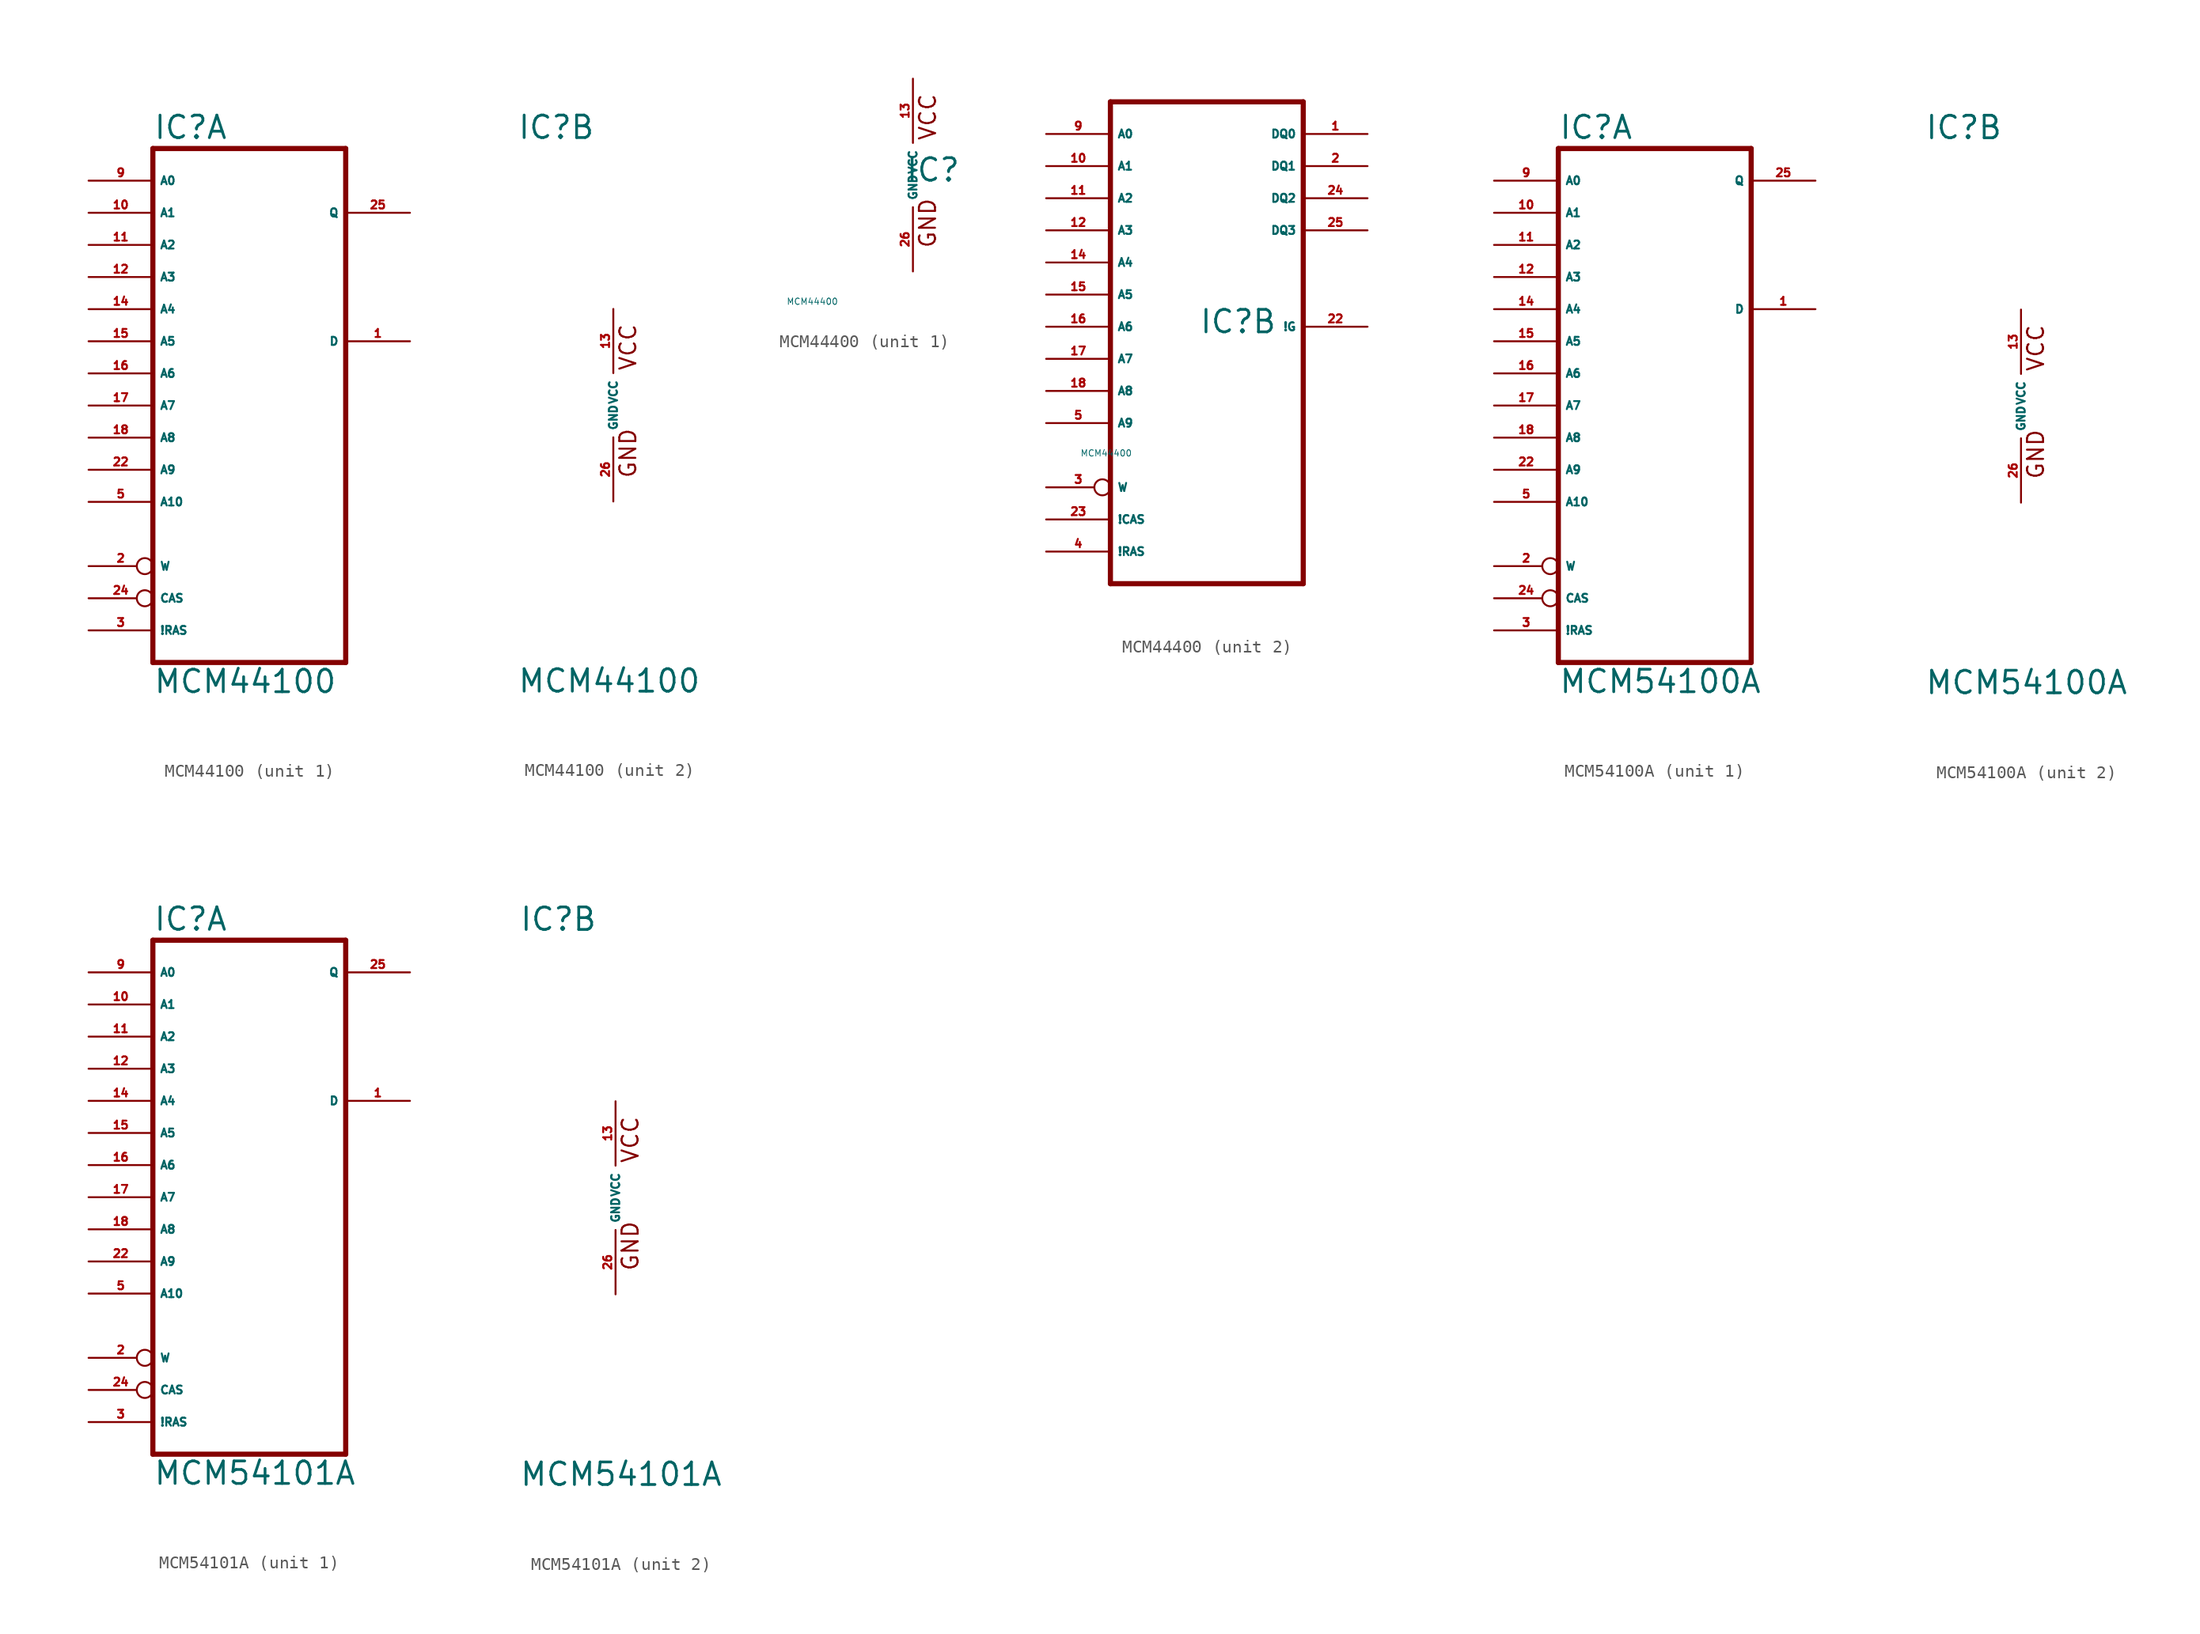
<source format=kicad_sym>
(kicad_symbol_lib
  (version 20220914)
  (generator Eagle2Kicad)
  (symbol "MCM44100"
    (property "Reference" "IC"
      (at -7.62 20.955 0)
      (effects (font (size 1.778 1.778) (thickness 0.22)) (justify left bottom)))
    (property "Value" "MCM44100"
      (at -7.62 -22.86 0)
      (effects (font (size 1.778 1.778) (thickness 0.22)) (justify left bottom)))
    (symbol "MCM44100_1_0"
      (polyline (pts (xy -7.62 20.32) (xy -7.62 -20.32)) (stroke (width 0.406) (type default)) (fill (type none)))
      (polyline (pts (xy 7.62 -20.32) (xy -7.62 -20.32)) (stroke (width 0.406) (type default)) (fill (type none)))
      (polyline (pts (xy 7.62 -20.32) (xy 7.62 20.32)) (stroke (width 0.406) (type default)) (fill (type none)))
      (polyline (pts (xy -7.62 20.32) (xy 7.62 20.32)) (stroke (width 0.406) (type default)) (fill (type none)))
      (pin input line (at -12.7 17.78 0) (length 5.08) (name "A0" (effects (font (size 0.635 0.635) (thickness 0.08)) (justify left bottom))) (number "9" (effects (font (size 0.635 0.635) (thickness 0.08)) (justify left bottom))))
      (pin input line (at -12.7 15.24 0) (length 5.08) (name "A1" (effects (font (size 0.635 0.635) (thickness 0.08)) (justify left bottom))) (number "10" (effects (font (size 0.635 0.635) (thickness 0.08)) (justify left bottom))))
      (pin input line (at -12.7 12.7 0) (length 5.08) (name "A2" (effects (font (size 0.635 0.635) (thickness 0.08)) (justify left bottom))) (number "11" (effects (font (size 0.635 0.635) (thickness 0.08)) (justify left bottom))))
      (pin input line (at -12.7 10.16 0) (length 5.08) (name "A3" (effects (font (size 0.635 0.635) (thickness 0.08)) (justify left bottom))) (number "12" (effects (font (size 0.635 0.635) (thickness 0.08)) (justify left bottom))))
      (pin input line (at -12.7 7.62 0) (length 5.08) (name "A4" (effects (font (size 0.635 0.635) (thickness 0.08)) (justify left bottom))) (number "14" (effects (font (size 0.635 0.635) (thickness 0.08)) (justify left bottom))))
      (pin input line (at -12.7 5.08 0) (length 5.08) (name "A5" (effects (font (size 0.635 0.635) (thickness 0.08)) (justify left bottom))) (number "15" (effects (font (size 0.635 0.635) (thickness 0.08)) (justify left bottom))))
      (pin input line (at -12.7 2.54 0) (length 5.08) (name "A6" (effects (font (size 0.635 0.635) (thickness 0.08)) (justify left bottom))) (number "16" (effects (font (size 0.635 0.635) (thickness 0.08)) (justify left bottom))))
      (pin input line (at -12.7 0 0) (length 5.08) (name "A7" (effects (font (size 0.635 0.635) (thickness 0.08)) (justify left bottom))) (number "17" (effects (font (size 0.635 0.635) (thickness 0.08)) (justify left bottom))))
      (pin input line (at -12.7 -2.54 0) (length 5.08) (name "A8" (effects (font (size 0.635 0.635) (thickness 0.08)) (justify left bottom))) (number "18" (effects (font (size 0.635 0.635) (thickness 0.08)) (justify left bottom))))
      (pin input inverted (at -12.7 -12.7 0) (length 5.08) (name "W" (effects (font (size 0.635 0.635) (thickness 0.08)) (justify left bottom))) (number "2" (effects (font (size 0.635 0.635) (thickness 0.08)) (justify left bottom))))
      (pin input inverted (at -12.7 -15.24 0) (length 5.08) (name "CAS" (effects (font (size 0.635 0.635) (thickness 0.08)) (justify left bottom))) (number "24" (effects (font (size 0.635 0.635) (thickness 0.08)) (justify left bottom))))
      (pin input line (at -12.7 -17.78 0) (length 5.08) (name "!RAS" (effects (font (size 0.635 0.635) (thickness 0.08)) (justify left bottom))) (number "3" (effects (font (size 0.635 0.635) (thickness 0.08)) (justify left bottom))))
      (pin input line (at 12.7 5.08 180) (length 5.08) (name "D" (effects (font (size 0.635 0.635) (thickness 0.08)) (justify left bottom))) (number "1" (effects (font (size 0.635 0.635) (thickness 0.08)) (justify left bottom))))
      (pin tri_state line (at 12.7 15.24 180) (length 5.08) (name "Q" (effects (font (size 0.635 0.635) (thickness 0.08)) (justify left bottom))) (number "25" (effects (font (size 0.635 0.635) (thickness 0.08)) (justify left bottom))))
      (pin input line (at -12.7 -5.08 0) (length 5.08) (name "A9" (effects (font (size 0.635 0.635) (thickness 0.08)) (justify left bottom))) (number "22" (effects (font (size 0.635 0.635) (thickness 0.08)) (justify left bottom))))
      (pin input line (at -12.7 -7.62 0) (length 5.08) (name "A10" (effects (font (size 0.635 0.635) (thickness 0.08)) (justify left bottom))) (number "5" (effects (font (size 0.635 0.635) (thickness 0.08)) (justify left bottom)))))
    (symbol "MCM44100_2_0"
      (text "VCC" (at 1.905 2.667 900) (effects (font (size 1.27 1.27) (thickness 0.16)) (justify left bottom)))
      (text "GND" (at 1.905 -5.842 900) (effects (font (size 1.27 1.27) (thickness 0.16)) (justify left bottom)))
      (pin unspecified line (at 0 -7.62 90) (length 5.08) (name "GND" (effects (font (size 0.635 0.635) (thickness 0.08)) (justify left bottom))) (number "26" (effects (font (size 0.635 0.635) (thickness 0.08)) (justify left bottom))))
      (pin unspecified line (at 0 7.62 270) (length 5.08) (name "VCC" (effects (font (size 0.635 0.635) (thickness 0.08)) (justify left bottom))) (number "13" (effects (font (size 0.635 0.635) (thickness 0.08)) (justify left bottom))))))
  (symbol "MCM44400"
    (property "Reference" "IC"
      (at -0.635 -0.635 0)
      (effects (font (size 1.778 1.778) (thickness 0.22)) (justify left bottom)))
    (property "Value" "MCM44400"
      (at -10 -10 0)
      (effects (font (size 0.5 0.5) (thickness 0.06)) (justify left)))
    (symbol "MCM44400_1_0"
      (text "VCC" (at 1.905 2.667 900) (effects (font (size 1.27 1.27) (thickness 0.16)) (justify left bottom)))
      (text "GND" (at 1.905 -5.842 900) (effects (font (size 1.27 1.27) (thickness 0.16)) (justify left bottom)))
      (pin unspecified line (at 0 -7.62 90) (length 5.08) (name "GND" (effects (font (size 0.635 0.635) (thickness 0.08)) (justify left bottom))) (number "26" (effects (font (size 0.635 0.635) (thickness 0.08)) (justify left bottom))))
      (pin unspecified line (at 0 7.62 270) (length 5.08) (name "VCC" (effects (font (size 0.635 0.635) (thickness 0.08)) (justify left bottom))) (number "13" (effects (font (size 0.635 0.635) (thickness 0.08)) (justify left bottom)))))
    (symbol "MCM44400_2_0"
      (polyline (pts (xy -7.62 17.78) (xy -7.62 -20.32)) (stroke (width 0.406) (type default)) (fill (type none)))
      (polyline (pts (xy 7.62 -20.32) (xy -7.62 -20.32)) (stroke (width 0.406) (type default)) (fill (type none)))
      (polyline (pts (xy 7.62 -20.32) (xy 7.62 17.78)) (stroke (width 0.406) (type default)) (fill (type none)))
      (polyline (pts (xy -7.62 17.78) (xy 7.62 17.78)) (stroke (width 0.406) (type default)) (fill (type none)))
      (pin input line (at -12.7 15.24 0) (length 5.08) (name "A0" (effects (font (size 0.635 0.635) (thickness 0.08)) (justify left bottom))) (number "9" (effects (font (size 0.635 0.635) (thickness 0.08)) (justify left bottom))))
      (pin input line (at -12.7 12.7 0) (length 5.08) (name "A1" (effects (font (size 0.635 0.635) (thickness 0.08)) (justify left bottom))) (number "10" (effects (font (size 0.635 0.635) (thickness 0.08)) (justify left bottom))))
      (pin input line (at -12.7 10.16 0) (length 5.08) (name "A2" (effects (font (size 0.635 0.635) (thickness 0.08)) (justify left bottom))) (number "11" (effects (font (size 0.635 0.635) (thickness 0.08)) (justify left bottom))))
      (pin input line (at -12.7 7.62 0) (length 5.08) (name "A3" (effects (font (size 0.635 0.635) (thickness 0.08)) (justify left bottom))) (number "12" (effects (font (size 0.635 0.635) (thickness 0.08)) (justify left bottom))))
      (pin input line (at -12.7 5.08 0) (length 5.08) (name "A4" (effects (font (size 0.635 0.635) (thickness 0.08)) (justify left bottom))) (number "14" (effects (font (size 0.635 0.635) (thickness 0.08)) (justify left bottom))))
      (pin input line (at -12.7 2.54 0) (length 5.08) (name "A5" (effects (font (size 0.635 0.635) (thickness 0.08)) (justify left bottom))) (number "15" (effects (font (size 0.635 0.635) (thickness 0.08)) (justify left bottom))))
      (pin input line (at -12.7 0 0) (length 5.08) (name "A6" (effects (font (size 0.635 0.635) (thickness 0.08)) (justify left bottom))) (number "16" (effects (font (size 0.635 0.635) (thickness 0.08)) (justify left bottom))))
      (pin input line (at -12.7 -2.54 0) (length 5.08) (name "A7" (effects (font (size 0.635 0.635) (thickness 0.08)) (justify left bottom))) (number "17" (effects (font (size 0.635 0.635) (thickness 0.08)) (justify left bottom))))
      (pin input line (at -12.7 -5.08 0) (length 5.08) (name "A8" (effects (font (size 0.635 0.635) (thickness 0.08)) (justify left bottom))) (number "18" (effects (font (size 0.635 0.635) (thickness 0.08)) (justify left bottom))))
      (pin input line (at -12.7 -7.62 0) (length 5.08) (name "A9" (effects (font (size 0.635 0.635) (thickness 0.08)) (justify left bottom))) (number "5" (effects (font (size 0.635 0.635) (thickness 0.08)) (justify left bottom))))
      (pin bidirectional line (at 12.7 12.7 180) (length 5.08) (name "DQ1" (effects (font (size 0.635 0.635) (thickness 0.08)) (justify left bottom))) (number "2" (effects (font (size 0.635 0.635) (thickness 0.08)) (justify left bottom))))
      (pin input inverted (at -12.7 -12.7 0) (length 5.08) (name "W" (effects (font (size 0.635 0.635) (thickness 0.08)) (justify left bottom))) (number "3" (effects (font (size 0.635 0.635) (thickness 0.08)) (justify left bottom))))
      (pin input line (at -12.7 -15.24 0) (length 5.08) (name "!CAS" (effects (font (size 0.635 0.635) (thickness 0.08)) (justify left bottom))) (number "23" (effects (font (size 0.635 0.635) (thickness 0.08)) (justify left bottom))))
      (pin input line (at -12.7 -17.78 0) (length 5.08) (name "!RAS" (effects (font (size 0.635 0.635) (thickness 0.08)) (justify left bottom))) (number "4" (effects (font (size 0.635 0.635) (thickness 0.08)) (justify left bottom))))
      (pin bidirectional line (at 12.7 15.24 180) (length 5.08) (name "DQ0" (effects (font (size 0.635 0.635) (thickness 0.08)) (justify left bottom))) (number "1" (effects (font (size 0.635 0.635) (thickness 0.08)) (justify left bottom))))
      (pin input line (at 12.7 0 180) (length 5.08) (name "!G" (effects (font (size 0.635 0.635) (thickness 0.08)) (justify left bottom))) (number "22" (effects (font (size 0.635 0.635) (thickness 0.08)) (justify left bottom))))
      (pin bidirectional line (at 12.7 10.16 180) (length 5.08) (name "DQ2" (effects (font (size 0.635 0.635) (thickness 0.08)) (justify left bottom))) (number "24" (effects (font (size 0.635 0.635) (thickness 0.08)) (justify left bottom))))
      (pin bidirectional line (at 12.7 7.62 180) (length 5.08) (name "DQ3" (effects (font (size 0.635 0.635) (thickness 0.08)) (justify left bottom))) (number "25" (effects (font (size 0.635 0.635) (thickness 0.08)) (justify left bottom))))))
  (symbol "MCM54100A"
    (property "Reference" "IC"
      (at -7.62 20.955 0)
      (effects (font (size 1.778 1.778) (thickness 0.22)) (justify left bottom)))
    (property "Value" "MCM54100A"
      (at -7.62 -22.86 0)
      (effects (font (size 1.778 1.778) (thickness 0.22)) (justify left bottom)))
    (symbol "MCM54100A_1_0"
      (polyline (pts (xy -7.62 20.32) (xy -7.62 -20.32)) (stroke (width 0.406) (type default)) (fill (type none)))
      (polyline (pts (xy 7.62 -20.32) (xy -7.62 -20.32)) (stroke (width 0.406) (type default)) (fill (type none)))
      (polyline (pts (xy 7.62 -20.32) (xy 7.62 20.32)) (stroke (width 0.406) (type default)) (fill (type none)))
      (polyline (pts (xy -7.62 20.32) (xy 7.62 20.32)) (stroke (width 0.406) (type default)) (fill (type none)))
      (pin input line (at -12.7 17.78 0) (length 5.08) (name "A0" (effects (font (size 0.635 0.635) (thickness 0.08)) (justify left bottom))) (number "9" (effects (font (size 0.635 0.635) (thickness 0.08)) (justify left bottom))))
      (pin input line (at -12.7 15.24 0) (length 5.08) (name "A1" (effects (font (size 0.635 0.635) (thickness 0.08)) (justify left bottom))) (number "10" (effects (font (size 0.635 0.635) (thickness 0.08)) (justify left bottom))))
      (pin input line (at -12.7 12.7 0) (length 5.08) (name "A2" (effects (font (size 0.635 0.635) (thickness 0.08)) (justify left bottom))) (number "11" (effects (font (size 0.635 0.635) (thickness 0.08)) (justify left bottom))))
      (pin input line (at -12.7 10.16 0) (length 5.08) (name "A3" (effects (font (size 0.635 0.635) (thickness 0.08)) (justify left bottom))) (number "12" (effects (font (size 0.635 0.635) (thickness 0.08)) (justify left bottom))))
      (pin input line (at -12.7 7.62 0) (length 5.08) (name "A4" (effects (font (size 0.635 0.635) (thickness 0.08)) (justify left bottom))) (number "14" (effects (font (size 0.635 0.635) (thickness 0.08)) (justify left bottom))))
      (pin input line (at -12.7 5.08 0) (length 5.08) (name "A5" (effects (font (size 0.635 0.635) (thickness 0.08)) (justify left bottom))) (number "15" (effects (font (size 0.635 0.635) (thickness 0.08)) (justify left bottom))))
      (pin input line (at -12.7 2.54 0) (length 5.08) (name "A6" (effects (font (size 0.635 0.635) (thickness 0.08)) (justify left bottom))) (number "16" (effects (font (size 0.635 0.635) (thickness 0.08)) (justify left bottom))))
      (pin input line (at -12.7 0 0) (length 5.08) (name "A7" (effects (font (size 0.635 0.635) (thickness 0.08)) (justify left bottom))) (number "17" (effects (font (size 0.635 0.635) (thickness 0.08)) (justify left bottom))))
      (pin input line (at -12.7 -2.54 0) (length 5.08) (name "A8" (effects (font (size 0.635 0.635) (thickness 0.08)) (justify left bottom))) (number "18" (effects (font (size 0.635 0.635) (thickness 0.08)) (justify left bottom))))
      (pin input line (at -12.7 -5.08 0) (length 5.08) (name "A9" (effects (font (size 0.635 0.635) (thickness 0.08)) (justify left bottom))) (number "22" (effects (font (size 0.635 0.635) (thickness 0.08)) (justify left bottom))))
      (pin input line (at -12.7 -7.62 0) (length 5.08) (name "A10" (effects (font (size 0.635 0.635) (thickness 0.08)) (justify left bottom))) (number "5" (effects (font (size 0.635 0.635) (thickness 0.08)) (justify left bottom))))
      (pin input inverted (at -12.7 -12.7 0) (length 5.08) (name "W" (effects (font (size 0.635 0.635) (thickness 0.08)) (justify left bottom))) (number "2" (effects (font (size 0.635 0.635) (thickness 0.08)) (justify left bottom))))
      (pin input inverted (at -12.7 -15.24 0) (length 5.08) (name "CAS" (effects (font (size 0.635 0.635) (thickness 0.08)) (justify left bottom))) (number "24" (effects (font (size 0.635 0.635) (thickness 0.08)) (justify left bottom))))
      (pin input line (at -12.7 -17.78 0) (length 5.08) (name "!RAS" (effects (font (size 0.635 0.635) (thickness 0.08)) (justify left bottom))) (number "3" (effects (font (size 0.635 0.635) (thickness 0.08)) (justify left bottom))))
      (pin input line (at 12.7 7.62 180) (length 5.08) (name "D" (effects (font (size 0.635 0.635) (thickness 0.08)) (justify left bottom))) (number "1" (effects (font (size 0.635 0.635) (thickness 0.08)) (justify left bottom))))
      (pin tri_state line (at 12.7 17.78 180) (length 5.08) (name "Q" (effects (font (size 0.635 0.635) (thickness 0.08)) (justify left bottom))) (number "25" (effects (font (size 0.635 0.635) (thickness 0.08)) (justify left bottom)))))
    (symbol "MCM54100A_2_0"
      (text "VCC" (at 1.905 2.667 900) (effects (font (size 1.27 1.27) (thickness 0.16)) (justify left bottom)))
      (text "GND" (at 1.905 -5.842 900) (effects (font (size 1.27 1.27) (thickness 0.16)) (justify left bottom)))
      (pin unspecified line (at 0 -7.62 90) (length 5.08) (name "GND" (effects (font (size 0.635 0.635) (thickness 0.08)) (justify left bottom))) (number "26" (effects (font (size 0.635 0.635) (thickness 0.08)) (justify left bottom))))
      (pin unspecified line (at 0 7.62 270) (length 5.08) (name "VCC" (effects (font (size 0.635 0.635) (thickness 0.08)) (justify left bottom))) (number "13" (effects (font (size 0.635 0.635) (thickness 0.08)) (justify left bottom))))))
  (symbol "MCM54101A"
    (property "Reference" "IC"
      (at -7.62 20.955 0)
      (effects (font (size 1.778 1.778) (thickness 0.22)) (justify left bottom)))
    (property "Value" "MCM54101A"
      (at -7.62 -22.86 0)
      (effects (font (size 1.778 1.778) (thickness 0.22)) (justify left bottom)))
    (symbol "MCM54101A_1_0"
      (polyline (pts (xy -7.62 20.32) (xy -7.62 -20.32)) (stroke (width 0.406) (type default)) (fill (type none)))
      (polyline (pts (xy 7.62 -20.32) (xy -7.62 -20.32)) (stroke (width 0.406) (type default)) (fill (type none)))
      (polyline (pts (xy 7.62 -20.32) (xy 7.62 20.32)) (stroke (width 0.406) (type default)) (fill (type none)))
      (polyline (pts (xy -7.62 20.32) (xy 7.62 20.32)) (stroke (width 0.406) (type default)) (fill (type none)))
      (pin input line (at -12.7 17.78 0) (length 5.08) (name "A0" (effects (font (size 0.635 0.635) (thickness 0.08)) (justify left bottom))) (number "9" (effects (font (size 0.635 0.635) (thickness 0.08)) (justify left bottom))))
      (pin input line (at -12.7 15.24 0) (length 5.08) (name "A1" (effects (font (size 0.635 0.635) (thickness 0.08)) (justify left bottom))) (number "10" (effects (font (size 0.635 0.635) (thickness 0.08)) (justify left bottom))))
      (pin input line (at -12.7 12.7 0) (length 5.08) (name "A2" (effects (font (size 0.635 0.635) (thickness 0.08)) (justify left bottom))) (number "11" (effects (font (size 0.635 0.635) (thickness 0.08)) (justify left bottom))))
      (pin input line (at -12.7 10.16 0) (length 5.08) (name "A3" (effects (font (size 0.635 0.635) (thickness 0.08)) (justify left bottom))) (number "12" (effects (font (size 0.635 0.635) (thickness 0.08)) (justify left bottom))))
      (pin input line (at -12.7 7.62 0) (length 5.08) (name "A4" (effects (font (size 0.635 0.635) (thickness 0.08)) (justify left bottom))) (number "14" (effects (font (size 0.635 0.635) (thickness 0.08)) (justify left bottom))))
      (pin input line (at -12.7 5.08 0) (length 5.08) (name "A5" (effects (font (size 0.635 0.635) (thickness 0.08)) (justify left bottom))) (number "15" (effects (font (size 0.635 0.635) (thickness 0.08)) (justify left bottom))))
      (pin input line (at -12.7 2.54 0) (length 5.08) (name "A6" (effects (font (size 0.635 0.635) (thickness 0.08)) (justify left bottom))) (number "16" (effects (font (size 0.635 0.635) (thickness 0.08)) (justify left bottom))))
      (pin input line (at -12.7 0 0) (length 5.08) (name "A7" (effects (font (size 0.635 0.635) (thickness 0.08)) (justify left bottom))) (number "17" (effects (font (size 0.635 0.635) (thickness 0.08)) (justify left bottom))))
      (pin input line (at -12.7 -2.54 0) (length 5.08) (name "A8" (effects (font (size 0.635 0.635) (thickness 0.08)) (justify left bottom))) (number "18" (effects (font (size 0.635 0.635) (thickness 0.08)) (justify left bottom))))
      (pin input line (at -12.7 -5.08 0) (length 5.08) (name "A9" (effects (font (size 0.635 0.635) (thickness 0.08)) (justify left bottom))) (number "22" (effects (font (size 0.635 0.635) (thickness 0.08)) (justify left bottom))))
      (pin input line (at -12.7 -7.62 0) (length 5.08) (name "A10" (effects (font (size 0.635 0.635) (thickness 0.08)) (justify left bottom))) (number "5" (effects (font (size 0.635 0.635) (thickness 0.08)) (justify left bottom))))
      (pin input inverted (at -12.7 -12.7 0) (length 5.08) (name "W" (effects (font (size 0.635 0.635) (thickness 0.08)) (justify left bottom))) (number "2" (effects (font (size 0.635 0.635) (thickness 0.08)) (justify left bottom))))
      (pin input inverted (at -12.7 -15.24 0) (length 5.08) (name "CAS" (effects (font (size 0.635 0.635) (thickness 0.08)) (justify left bottom))) (number "24" (effects (font (size 0.635 0.635) (thickness 0.08)) (justify left bottom))))
      (pin input line (at -12.7 -17.78 0) (length 5.08) (name "!RAS" (effects (font (size 0.635 0.635) (thickness 0.08)) (justify left bottom))) (number "3" (effects (font (size 0.635 0.635) (thickness 0.08)) (justify left bottom))))
      (pin input line (at 12.7 7.62 180) (length 5.08) (name "D" (effects (font (size 0.635 0.635) (thickness 0.08)) (justify left bottom))) (number "1" (effects (font (size 0.635 0.635) (thickness 0.08)) (justify left bottom))))
      (pin tri_state line (at 12.7 17.78 180) (length 5.08) (name "Q" (effects (font (size 0.635 0.635) (thickness 0.08)) (justify left bottom))) (number "25" (effects (font (size 0.635 0.635) (thickness 0.08)) (justify left bottom)))))
    (symbol "MCM54101A_2_0"
      (text "VCC" (at 1.905 2.667 900) (effects (font (size 1.27 1.27) (thickness 0.16)) (justify left bottom)))
      (text "GND" (at 1.905 -5.842 900) (effects (font (size 1.27 1.27) (thickness 0.16)) (justify left bottom)))
      (pin unspecified line (at 0 -7.62 90) (length 5.08) (name "GND" (effects (font (size 0.635 0.635) (thickness 0.08)) (justify left bottom))) (number "26" (effects (font (size 0.635 0.635) (thickness 0.08)) (justify left bottom))))
      (pin unspecified line (at 0 7.62 270) (length 5.08) (name "VCC" (effects (font (size 0.635 0.635) (thickness 0.08)) (justify left bottom))) (number "13" (effects (font (size 0.635 0.635) (thickness 0.08)) (justify left bottom)))))))
</source>
